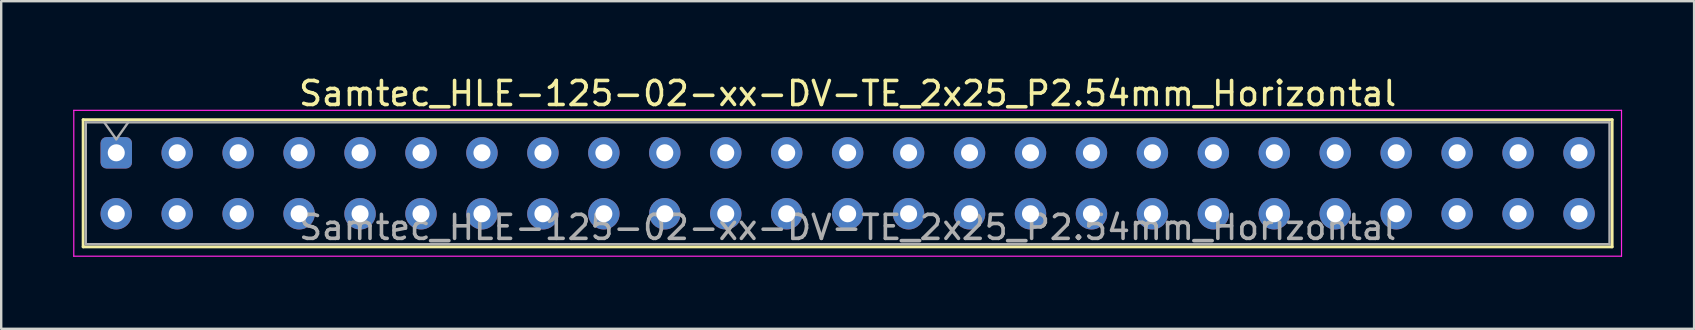
<source format=kicad_pcb>
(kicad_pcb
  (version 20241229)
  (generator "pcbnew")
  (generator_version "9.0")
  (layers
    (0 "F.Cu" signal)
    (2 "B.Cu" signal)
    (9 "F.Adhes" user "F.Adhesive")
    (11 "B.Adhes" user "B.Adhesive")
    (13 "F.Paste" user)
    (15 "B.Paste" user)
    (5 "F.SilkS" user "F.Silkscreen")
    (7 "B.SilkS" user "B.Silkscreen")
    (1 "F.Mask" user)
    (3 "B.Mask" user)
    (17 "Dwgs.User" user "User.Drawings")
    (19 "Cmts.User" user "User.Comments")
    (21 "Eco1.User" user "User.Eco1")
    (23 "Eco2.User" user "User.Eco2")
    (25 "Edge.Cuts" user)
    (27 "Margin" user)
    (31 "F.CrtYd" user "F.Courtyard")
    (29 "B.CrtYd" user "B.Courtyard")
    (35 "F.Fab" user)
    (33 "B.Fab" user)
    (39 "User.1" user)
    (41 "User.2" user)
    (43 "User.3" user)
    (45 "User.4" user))
  (footprint "Samtec_HLE-125-02-xx-DV-TE_2x25_P2.54mm_Horizontal"
    (layer "F.Cu")
    (at 1.795 3.318)
    (property "Reference" "Samtec_HLE-125-02-xx-DV-TE_2x25_P2.54mm_Horizontal" (at 30.48 -2.47 0) (layer "F.SilkS") (effects (font (size 1 1) (thickness 0.15))))
    (attr through_hole)
    (fp_line (start -1.38 -1.38) (end 62.34 -1.38) (stroke (width 0.12) (type solid)) (layer "F.SilkS"))
    (fp_line (start -1.38 3.92) (end -1.38 -1.38) (stroke (width 0.12) (type solid)) (layer "F.SilkS"))
    (fp_line (start 62.34 -1.38) (end 62.34 3.92) (stroke (width 0.12) (type solid)) (layer "F.SilkS"))
    (fp_line (start 62.34 3.92) (end -1.38 3.92) (stroke (width 0.12) (type solid)) (layer "F.SilkS"))
    (fp_line (start -1.77 -1.77) (end 62.73 -1.77) (stroke (width 0.05) (type solid)) (layer "F.CrtYd"))
    (fp_line (start -1.77 4.31) (end -1.77 -1.77) (stroke (width 0.05) (type solid)) (layer "F.CrtYd"))
    (fp_line (start 62.73 -1.77) (end 62.73 4.31) (stroke (width 0.05) (type solid)) (layer "F.CrtYd"))
    (fp_line (start 62.73 4.31) (end -1.77 4.31) (stroke (width 0.05) (type solid)) (layer "F.CrtYd"))
    (fp_line (start -1.27 -1.27) (end 62.23 -1.27) (stroke (width 0.1) (type solid)) (layer "F.Fab"))
    (fp_line (start -1.27 3.81) (end -1.27 -1.27) (stroke (width 0.1) (type solid)) (layer "F.Fab"))
    (fp_line (start -0.5 -1.27) (end 0 -0.563) (stroke (width 0.1) (type solid)) (layer "F.Fab"))
    (fp_line (start 0 -0.563) (end 0.5 -1.27) (stroke (width 0.1) (type solid)) (layer "F.Fab"))
    (fp_line (start 62.23 -1.27) (end 62.23 3.81) (stroke (width 0.1) (type solid)) (layer "F.Fab"))
    (fp_line (start 62.23 3.81) (end -1.27 3.81) (stroke (width 0.1) (type solid)) (layer "F.Fab"))
    (fp_text user "${REFERENCE}" (at 30.48 3.11 0) (layer "F.Fab") (effects (font (size 1 1) (thickness 0.15))))
    (pad "1" thru_hole roundrect (at 0 0) (size 1.31 1.31) (drill 0.71) (layers "*.Cu" "*.Mask") (roundrect_rratio 0.191))
    (pad "2" thru_hole circle (at 0 2.54) (size 1.31 1.31) (drill 0.71) (layers "*.Cu" "*.Mask"))
    (pad "3" thru_hole circle (at 2.54 0) (size 1.31 1.31) (drill 0.71) (layers "*.Cu" "*.Mask"))
    (pad "4" thru_hole circle (at 2.54 2.54) (size 1.31 1.31) (drill 0.71) (layers "*.Cu" "*.Mask"))
    (pad "5" thru_hole circle (at 5.08 0) (size 1.31 1.31) (drill 0.71) (layers "*.Cu" "*.Mask"))
    (pad "6" thru_hole circle (at 5.08 2.54) (size 1.31 1.31) (drill 0.71) (layers "*.Cu" "*.Mask"))
    (pad "7" thru_hole circle (at 7.62 0) (size 1.31 1.31) (drill 0.71) (layers "*.Cu" "*.Mask"))
    (pad "8" thru_hole circle (at 7.62 2.54) (size 1.31 1.31) (drill 0.71) (layers "*.Cu" "*.Mask"))
    (pad "9" thru_hole circle (at 10.16 0) (size 1.31 1.31) (drill 0.71) (layers "*.Cu" "*.Mask"))
    (pad "10" thru_hole circle (at 10.16 2.54) (size 1.31 1.31) (drill 0.71) (layers "*.Cu" "*.Mask"))
    (pad "11" thru_hole circle (at 12.7 0) (size 1.31 1.31) (drill 0.71) (layers "*.Cu" "*.Mask"))
    (pad "12" thru_hole circle (at 12.7 2.54) (size 1.31 1.31) (drill 0.71) (layers "*.Cu" "*.Mask"))
    (pad "13" thru_hole circle (at 15.24 0) (size 1.31 1.31) (drill 0.71) (layers "*.Cu" "*.Mask"))
    (pad "14" thru_hole circle (at 15.24 2.54) (size 1.31 1.31) (drill 0.71) (layers "*.Cu" "*.Mask"))
    (pad "15" thru_hole circle (at 17.78 0) (size 1.31 1.31) (drill 0.71) (layers "*.Cu" "*.Mask"))
    (pad "16" thru_hole circle (at 17.78 2.54) (size 1.31 1.31) (drill 0.71) (layers "*.Cu" "*.Mask"))
    (pad "17" thru_hole circle (at 20.32 0) (size 1.31 1.31) (drill 0.71) (layers "*.Cu" "*.Mask"))
    (pad "18" thru_hole circle (at 20.32 2.54) (size 1.31 1.31) (drill 0.71) (layers "*.Cu" "*.Mask"))
    (pad "19" thru_hole circle (at 22.86 0) (size 1.31 1.31) (drill 0.71) (layers "*.Cu" "*.Mask"))
    (pad "20" thru_hole circle (at 22.86 2.54) (size 1.31 1.31) (drill 0.71) (layers "*.Cu" "*.Mask"))
    (pad "21" thru_hole circle (at 25.4 0) (size 1.31 1.31) (drill 0.71) (layers "*.Cu" "*.Mask"))
    (pad "22" thru_hole circle (at 25.4 2.54) (size 1.31 1.31) (drill 0.71) (layers "*.Cu" "*.Mask"))
    (pad "23" thru_hole circle (at 27.94 0) (size 1.31 1.31) (drill 0.71) (layers "*.Cu" "*.Mask"))
    (pad "24" thru_hole circle (at 27.94 2.54) (size 1.31 1.31) (drill 0.71) (layers "*.Cu" "*.Mask"))
    (pad "25" thru_hole circle (at 30.48 0) (size 1.31 1.31) (drill 0.71) (layers "*.Cu" "*.Mask"))
    (pad "26" thru_hole circle (at 30.48 2.54) (size 1.31 1.31) (drill 0.71) (layers "*.Cu" "*.Mask"))
    (pad "27" thru_hole circle (at 33.02 0) (size 1.31 1.31) (drill 0.71) (layers "*.Cu" "*.Mask"))
    (pad "28" thru_hole circle (at 33.02 2.54) (size 1.31 1.31) (drill 0.71) (layers "*.Cu" "*.Mask"))
    (pad "29" thru_hole circle (at 35.56 0) (size 1.31 1.31) (drill 0.71) (layers "*.Cu" "*.Mask"))
    (pad "30" thru_hole circle (at 35.56 2.54) (size 1.31 1.31) (drill 0.71) (layers "*.Cu" "*.Mask"))
    (pad "31" thru_hole circle (at 38.1 0) (size 1.31 1.31) (drill 0.71) (layers "*.Cu" "*.Mask"))
    (pad "32" thru_hole circle (at 38.1 2.54) (size 1.31 1.31) (drill 0.71) (layers "*.Cu" "*.Mask"))
    (pad "33" thru_hole circle (at 40.64 0) (size 1.31 1.31) (drill 0.71) (layers "*.Cu" "*.Mask"))
    (pad "34" thru_hole circle (at 40.64 2.54) (size 1.31 1.31) (drill 0.71) (layers "*.Cu" "*.Mask"))
    (pad "35" thru_hole circle (at 43.18 0) (size 1.31 1.31) (drill 0.71) (layers "*.Cu" "*.Mask"))
    (pad "36" thru_hole circle (at 43.18 2.54) (size 1.31 1.31) (drill 0.71) (layers "*.Cu" "*.Mask"))
    (pad "37" thru_hole circle (at 45.72 0) (size 1.31 1.31) (drill 0.71) (layers "*.Cu" "*.Mask"))
    (pad "38" thru_hole circle (at 45.72 2.54) (size 1.31 1.31) (drill 0.71) (layers "*.Cu" "*.Mask"))
    (pad "39" thru_hole circle (at 48.26 0) (size 1.31 1.31) (drill 0.71) (layers "*.Cu" "*.Mask"))
    (pad "40" thru_hole circle (at 48.26 2.54) (size 1.31 1.31) (drill 0.71) (layers "*.Cu" "*.Mask"))
    (pad "41" thru_hole circle (at 50.8 0) (size 1.31 1.31) (drill 0.71) (layers "*.Cu" "*.Mask"))
    (pad "42" thru_hole circle (at 50.8 2.54) (size 1.31 1.31) (drill 0.71) (layers "*.Cu" "*.Mask"))
    (pad "43" thru_hole circle (at 53.34 0) (size 1.31 1.31) (drill 0.71) (layers "*.Cu" "*.Mask"))
    (pad "44" thru_hole circle (at 53.34 2.54) (size 1.31 1.31) (drill 0.71) (layers "*.Cu" "*.Mask"))
    (pad "45" thru_hole circle (at 55.88 0) (size 1.31 1.31) (drill 0.71) (layers "*.Cu" "*.Mask"))
    (pad "46" thru_hole circle (at 55.88 2.54) (size 1.31 1.31) (drill 0.71) (layers "*.Cu" "*.Mask"))
    (pad "47" thru_hole circle (at 58.42 0) (size 1.31 1.31) (drill 0.71) (layers "*.Cu" "*.Mask"))
    (pad "48" thru_hole circle (at 58.42 2.54) (size 1.31 1.31) (drill 0.71) (layers "*.Cu" "*.Mask"))
    (pad "49" thru_hole circle (at 60.96 0) (size 1.31 1.31) (drill 0.71) (layers "*.Cu" "*.Mask"))
    (pad "50" thru_hole circle (at 60.96 2.54) (size 1.31 1.31) (drill 0.71) (layers "*.Cu" "*.Mask")))
  (gr_rect
    (start -3 -3)
    (end 67.55 10.653)
    (stroke (width 0.1) (type default))
    (fill no)
    (layer "Edge.Cuts")))
</source>
